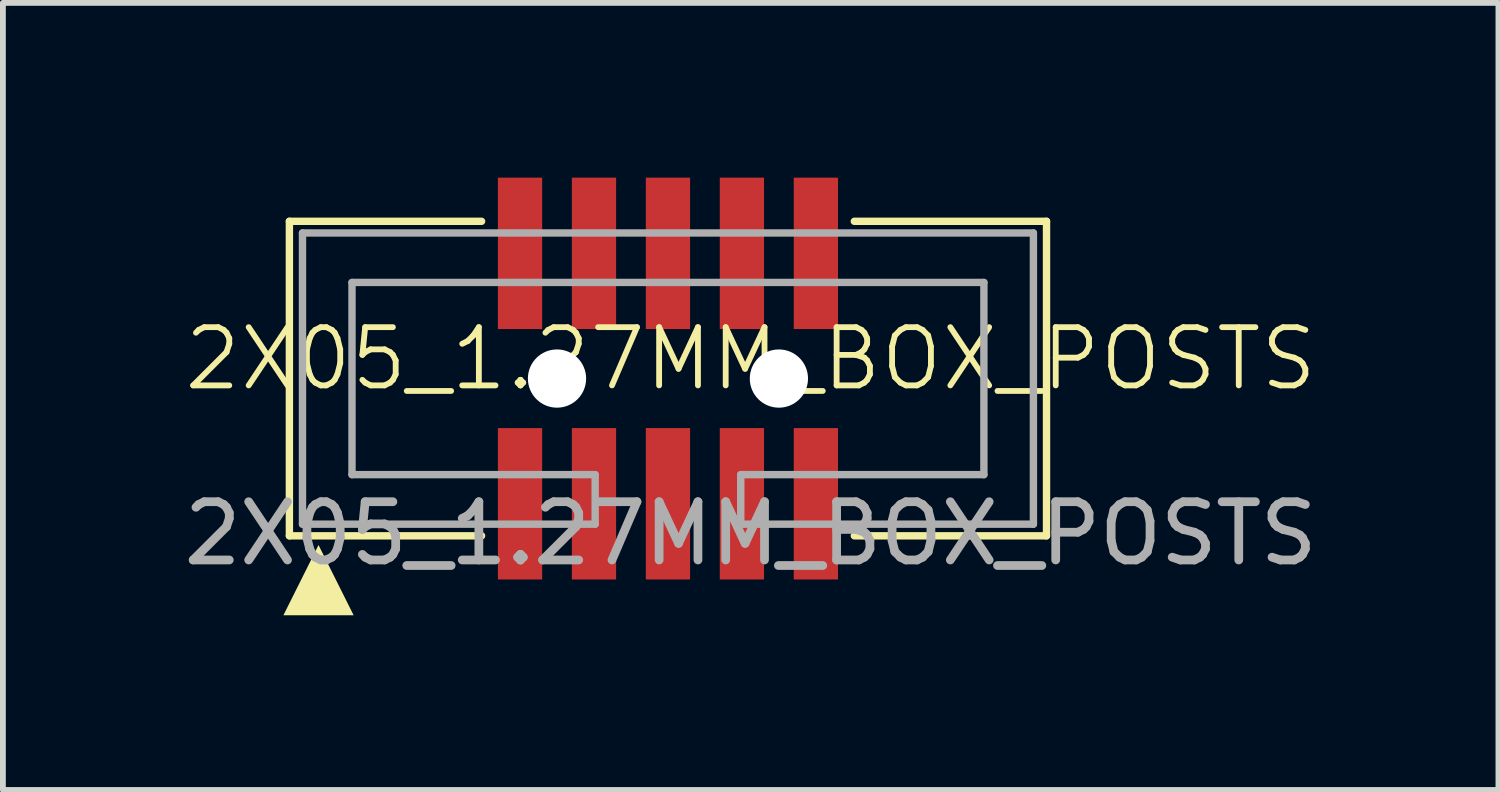
<source format=kicad_pcb>
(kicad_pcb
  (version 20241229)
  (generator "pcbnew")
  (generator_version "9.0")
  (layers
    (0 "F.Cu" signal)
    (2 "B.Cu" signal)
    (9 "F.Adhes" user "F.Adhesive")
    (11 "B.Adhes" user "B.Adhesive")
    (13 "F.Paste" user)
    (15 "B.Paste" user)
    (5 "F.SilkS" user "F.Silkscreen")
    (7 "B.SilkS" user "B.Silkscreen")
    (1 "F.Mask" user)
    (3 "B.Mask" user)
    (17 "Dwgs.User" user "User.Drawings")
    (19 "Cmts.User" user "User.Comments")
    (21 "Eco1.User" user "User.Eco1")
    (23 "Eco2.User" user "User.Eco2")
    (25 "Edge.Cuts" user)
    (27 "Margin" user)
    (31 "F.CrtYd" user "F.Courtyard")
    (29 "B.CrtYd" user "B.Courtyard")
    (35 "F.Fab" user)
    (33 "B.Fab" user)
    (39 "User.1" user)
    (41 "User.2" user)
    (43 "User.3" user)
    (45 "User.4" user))
  (footprint "2X05_1.27MM_BOX_POSTS"
    (layer "F.Cu")
    (at 9.839 3.61)
    (property "Reference" "2X05_1.27MM_BOX_POSTS" (at 0 -0.5 0) (unlocked yes) (layer "F.SilkS") (effects (font (size 1 1) (thickness 0.1))))
    (attr smd)
    (fp_line (start -7.92 -2.86) (end -7.92 2.54) (stroke (width 0.127) (type solid)) (layer "F.SilkS"))
    (fp_line (start -7.92 2.54) (end -4.62 2.54) (stroke (width 0.127) (type solid)) (layer "F.SilkS"))
    (fp_line (start -4.62 -2.86) (end -7.92 -2.86) (stroke (width 0.127) (type solid)) (layer "F.SilkS"))
    (fp_line (start 1.78 -2.86) (end 5.08 -2.86) (stroke (width 0.127) (type solid)) (layer "F.SilkS"))
    (fp_line (start 5.08 -2.86) (end 5.08 2.54) (stroke (width 0.127) (type solid)) (layer "F.SilkS"))
    (fp_line (start 5.08 2.54) (end 1.78 2.54) (stroke (width 0.127) (type solid)) (layer "F.SilkS"))
    (fp_poly (pts (xy -6.817 3.904) (xy -8.023 3.904) (xy -7.42 2.698)) (stroke (width 0) (type default)) (fill yes) (layer "F.SilkS"))
    (fp_line (start -7.695 -2.66) (end 4.855 -2.66) (stroke (width 0.127) (type solid)) (layer "F.Fab"))
    (fp_line (start -7.695 2.34) (end -7.695 -2.66) (stroke (width 0.127) (type solid)) (layer "F.Fab"))
    (fp_line (start -6.845 -1.81) (end 4.005 -1.81) (stroke (width 0.127) (type solid)) (layer "F.Fab"))
    (fp_line (start -6.845 1.49) (end -6.845 -1.81) (stroke (width 0.127) (type solid)) (layer "F.Fab"))
    (fp_line (start -2.67 1.49) (end -6.845 1.49) (stroke (width 0.127) (type solid)) (layer "F.Fab"))
    (fp_line (start -2.67 1.49) (end -2.67 2.34) (stroke (width 0.127) (type solid)) (layer "F.Fab"))
    (fp_line (start -2.67 2.34) (end -7.695 2.34) (stroke (width 0.127) (type solid)) (layer "F.Fab"))
    (fp_line (start -0.17 1.49) (end -0.17 2.34) (stroke (width 0.127) (type solid)) (layer "F.Fab"))
    (fp_line (start 4.005 -1.81) (end 4.005 1.49) (stroke (width 0.127) (type solid)) (layer "F.Fab"))
    (fp_line (start 4.005 1.49) (end -0.17 1.49) (stroke (width 0.127) (type solid)) (layer "F.Fab"))
    (fp_line (start 4.855 -2.66) (end 4.855 2.34) (stroke (width 0.127) (type solid)) (layer "F.Fab"))
    (fp_line (start 4.855 2.34) (end -0.17 2.34) (stroke (width 0.127) (type solid)) (layer "F.Fab"))
    (fp_text user "${REFERENCE}" (at 0 2.5 0) (unlocked yes) (layer "F.Fab") (effects (font (size 1 1) (thickness 0.15))))
    (pad "" np_thru_hole circle (at -3.325 -0.16) (size 1 1) (drill 1) (layers "*.Cu" "*.Mask"))
    (pad "" np_thru_hole circle (at 0.485 -0.16) (size 1 1) (drill 1) (layers "*.Cu" "*.Mask"))
    (pad "1" smd rect (at -3.96 1.99) (size 0.76 2.6) (layers "F.Cu" "F.Mask" "F.Paste"))
    (pad "2" smd rect (at -3.96 -2.31) (size 0.76 2.6) (layers "F.Cu" "F.Mask" "F.Paste"))
    (pad "3" smd rect (at -2.69 1.99) (size 0.76 2.6) (layers "F.Cu" "F.Mask" "F.Paste"))
    (pad "4" smd rect (at -2.69 -2.31) (size 0.76 2.6) (layers "F.Cu" "F.Mask" "F.Paste"))
    (pad "5" smd rect (at -1.42 1.99) (size 0.76 2.6) (layers "F.Cu" "F.Mask" "F.Paste"))
    (pad "6" smd rect (at -1.42 -2.31) (size 0.76 2.6) (layers "F.Cu" "F.Mask" "F.Paste"))
    (pad "7" smd rect (at -0.15 1.99) (size 0.76 2.6) (layers "F.Cu" "F.Mask" "F.Paste"))
    (pad "8" smd rect (at -0.15 -2.31) (size 0.76 2.6) (layers "F.Cu" "F.Mask" "F.Paste"))
    (pad "9" smd rect (at 1.12 1.99) (size 0.76 2.6) (layers "F.Cu" "F.Mask" "F.Paste"))
    (pad "10" smd rect (at 1.12 -2.31) (size 0.76 2.6) (layers "F.Cu" "F.Mask" "F.Paste")))
  (gr_rect
    (start -3 -3)
    (end 22.679 10.514)
    (stroke (width 0.1) (type default))
    (fill no)
    (layer "Edge.Cuts")))
</source>
